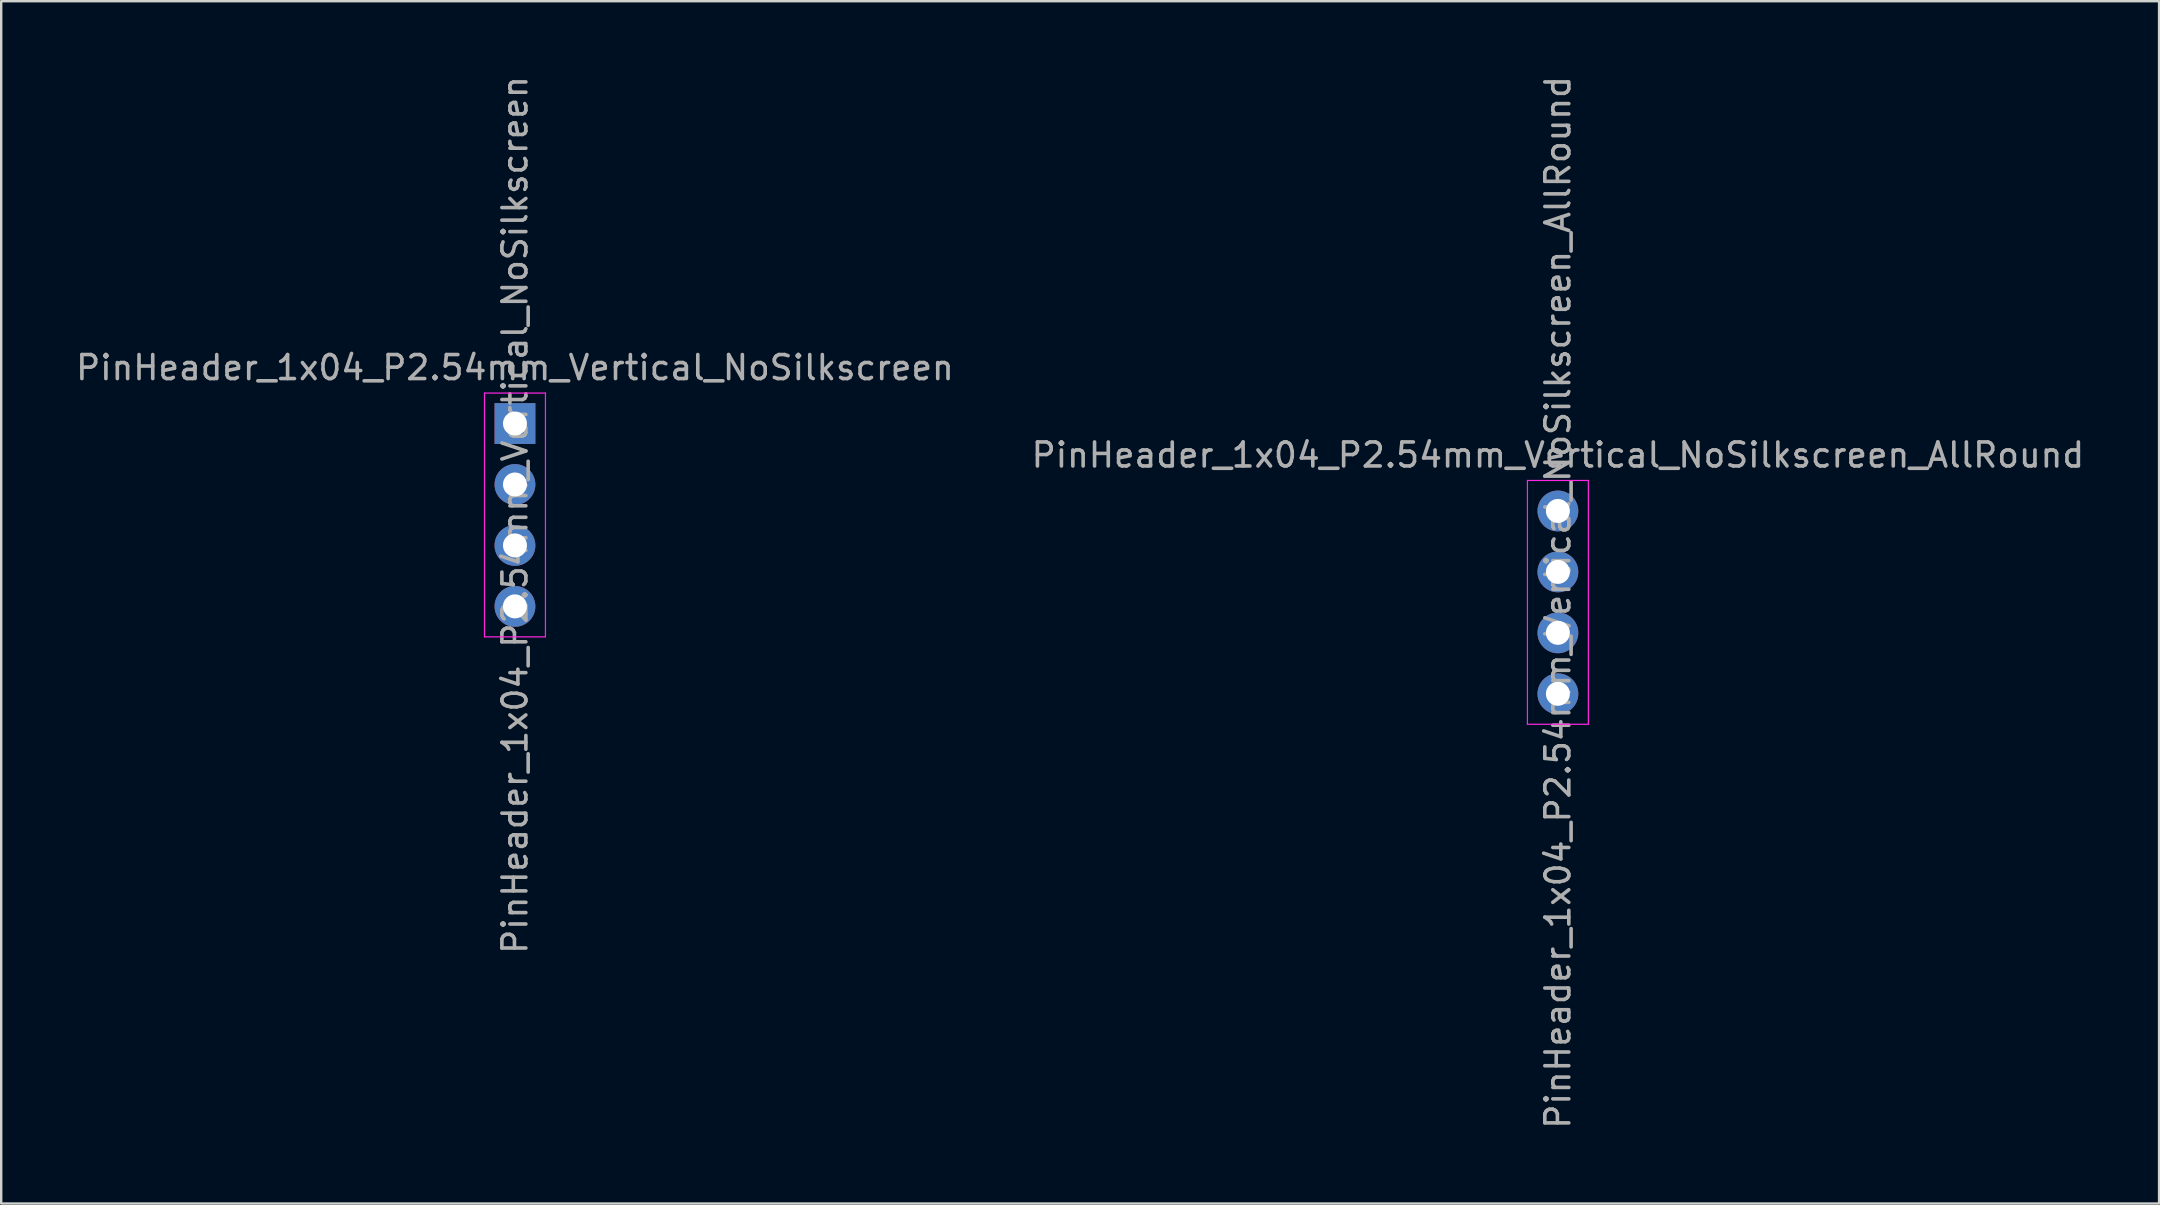
<source format=kicad_pcb>
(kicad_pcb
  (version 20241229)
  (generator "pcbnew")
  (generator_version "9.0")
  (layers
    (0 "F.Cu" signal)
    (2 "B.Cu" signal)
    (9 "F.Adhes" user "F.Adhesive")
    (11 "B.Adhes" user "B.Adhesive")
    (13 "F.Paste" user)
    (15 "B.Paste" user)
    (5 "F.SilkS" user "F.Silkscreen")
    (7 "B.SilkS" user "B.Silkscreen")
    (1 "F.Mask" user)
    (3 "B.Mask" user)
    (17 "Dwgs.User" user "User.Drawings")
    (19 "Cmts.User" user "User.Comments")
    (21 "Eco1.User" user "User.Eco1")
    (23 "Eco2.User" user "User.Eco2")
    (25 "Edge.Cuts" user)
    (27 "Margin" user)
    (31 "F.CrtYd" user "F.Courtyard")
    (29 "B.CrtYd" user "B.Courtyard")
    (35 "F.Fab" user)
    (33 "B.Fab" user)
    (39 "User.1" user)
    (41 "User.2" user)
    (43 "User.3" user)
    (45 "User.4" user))
  (footprint "PinHeader_1x04_P2.54mm_Vertical_NoSilkscreen_AllRound"
    (layer "F.Cu")
    (at 61.875 18.244)
    (property "Reference" "PinHeader_1x04_P2.54mm_Vertical_NoSilkscreen_AllRound" (at 0 -2.33 0) (layer "F.Fab") (effects (font (size 1 1) (thickness 0.15))))
    (attr through_hole)
    (fp_line (start -1.27 -1.27) (end -1.27 8.89) (stroke (width 0.05) (type solid)) (layer "F.CrtYd"))
    (fp_line (start -1.27 8.89) (end 1.27 8.89) (stroke (width 0.05) (type solid)) (layer "F.CrtYd"))
    (fp_line (start 1.27 -1.27) (end -1.27 -1.27) (stroke (width 0.05) (type solid)) (layer "F.CrtYd"))
    (fp_line (start 1.27 8.89) (end 1.27 -1.27) (stroke (width 0.05) (type solid)) (layer "F.CrtYd"))
    (fp_text user "${REFERENCE}" (at 0 3.81 90) (layer "F.Fab") (effects (font (size 1 1) (thickness 0.15))))
    (pad "1" thru_hole circle (at 0 0) (size 1.7 1.7) (drill 1) (layers "*.Cu" "*.Mask"))
    (pad "2" thru_hole oval (at 0 2.54) (size 1.7 1.7) (drill 1) (layers "*.Cu" "*.Mask"))
    (pad "3" thru_hole oval (at 0 5.08) (size 1.7 1.7) (drill 1) (layers "*.Cu" "*.Mask"))
    (pad "4" thru_hole oval (at 0 7.62) (size 1.7 1.7) (drill 1) (layers "*.Cu" "*.Mask")))
  (footprint "PinHeader_1x04_P2.54mm_Vertical_NoSilkscreen"
    (layer "F.Cu")
    (at 18.411 14.601)
    (property "Reference" "PinHeader_1x04_P2.54mm_Vertical_NoSilkscreen" (at 0 -2.33 0) (layer "F.Fab") (effects (font (size 1 1) (thickness 0.15))))
    (attr through_hole)
    (fp_line (start -1.27 -1.27) (end -1.27 8.89) (stroke (width 0.05) (type solid)) (layer "F.CrtYd"))
    (fp_line (start -1.27 8.89) (end 1.27 8.89) (stroke (width 0.05) (type solid)) (layer "F.CrtYd"))
    (fp_line (start 1.27 -1.27) (end -1.27 -1.27) (stroke (width 0.05) (type solid)) (layer "F.CrtYd"))
    (fp_line (start 1.27 8.89) (end 1.27 -1.27) (stroke (width 0.05) (type solid)) (layer "F.CrtYd"))
    (fp_text user "${REFERENCE}" (at 0 3.81 90) (layer "F.Fab") (effects (font (size 1 1) (thickness 0.15))))
    (pad "1" thru_hole rect (at 0 0) (size 1.7 1.7) (drill 1) (layers "*.Cu" "*.Mask"))
    (pad "2" thru_hole oval (at 0 2.54) (size 1.7 1.7) (drill 1) (layers "*.Cu" "*.Mask"))
    (pad "3" thru_hole oval (at 0 5.08) (size 1.7 1.7) (drill 1) (layers "*.Cu" "*.Mask"))
    (pad "4" thru_hole oval (at 0 7.62) (size 1.7 1.7) (drill 1) (layers "*.Cu" "*.Mask")))
  (gr_rect
    (start -3 -3)
    (end 86.929 47.107)
    (stroke (width 0.1) (type default))
    (fill no)
    (layer "Edge.Cuts")))
</source>
